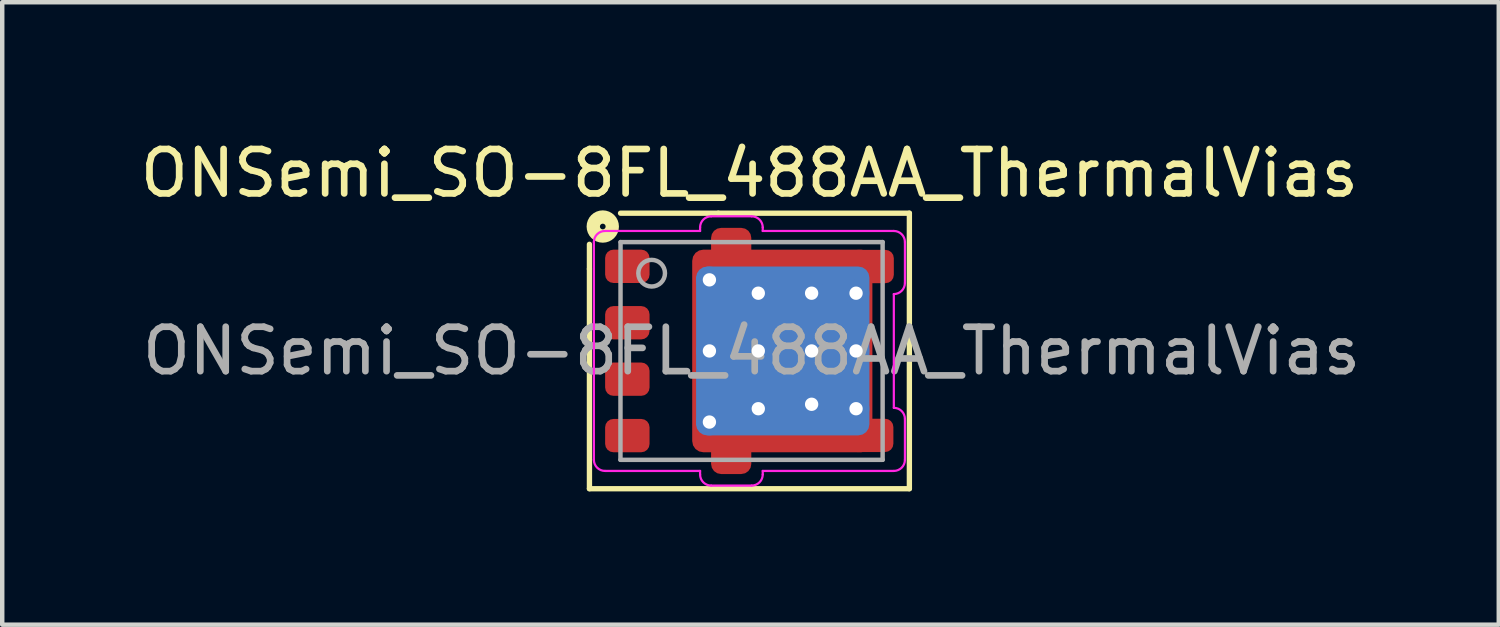
<source format=kicad_pcb>
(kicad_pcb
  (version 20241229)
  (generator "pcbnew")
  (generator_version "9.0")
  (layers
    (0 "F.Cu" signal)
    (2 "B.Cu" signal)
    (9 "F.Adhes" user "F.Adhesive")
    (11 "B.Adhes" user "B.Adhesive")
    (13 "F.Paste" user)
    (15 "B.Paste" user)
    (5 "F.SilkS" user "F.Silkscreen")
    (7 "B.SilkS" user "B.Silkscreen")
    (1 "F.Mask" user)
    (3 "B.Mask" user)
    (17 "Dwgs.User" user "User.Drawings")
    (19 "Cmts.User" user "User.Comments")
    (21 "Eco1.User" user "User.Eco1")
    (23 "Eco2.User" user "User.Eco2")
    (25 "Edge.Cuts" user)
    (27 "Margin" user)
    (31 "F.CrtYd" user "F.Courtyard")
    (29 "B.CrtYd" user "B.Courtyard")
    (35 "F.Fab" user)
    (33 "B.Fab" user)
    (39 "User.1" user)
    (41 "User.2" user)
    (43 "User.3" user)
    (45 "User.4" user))
  (footprint "ONSemi_SO-8FL_488AA_ThermalVias"
    (layer "F.Cu")
    (at 13.815 4.848)
    (property "Reference" "ONSemi_SO-8FL_488AA_ThermalVias" (at 0 -4 0) (layer "F.SilkS") (effects (font (size 1 1) (thickness 0.15))))
    (attr smd)
    (fp_line (start -3.6 -1.845) (end -3.6 -2.4) (stroke (width 0.12) (type solid)) (layer "F.SilkS"))
    (fp_line (start -3.6 -1.845) (end -3.6 3.1) (stroke (width 0.12) (type solid)) (layer "F.SilkS"))
    (fp_line (start -3.6 3.1) (end 3.6 3.1) (stroke (width 0.12) (type solid)) (layer "F.SilkS"))
    (fp_line (start -0.699 -3.1) (end -2.9 -3.1) (stroke (width 0.12) (type solid)) (layer "F.SilkS"))
    (fp_line (start 3.6 -3.1) (end -0.699 -3.1) (stroke (width 0.12) (type solid)) (layer "F.SilkS"))
    (fp_line (start 3.6 3.1) (end 3.6 -3.1) (stroke (width 0.12) (type solid)) (layer "F.SilkS"))
    (fp_circle (center -3.3 -2.8) (end -3.236 -2.8) (stroke (width 0.3) (type solid)) (fill no) (layer "F.SilkS"))
    (fp_line (start -3.5 2.45) (end -3.5 -2.45) (stroke (width 0.05) (type solid)) (layer "F.CrtYd"))
    (fp_line (start -3.25 -2.7) (end -1.11 -2.7) (stroke (width 0.05) (type solid)) (layer "F.CrtYd"))
    (fp_line (start -3.25 2.7) (end -1.11 2.7) (stroke (width 0.05) (type solid)) (layer "F.CrtYd"))
    (fp_line (start -1.11 -2.78) (end -1.11 -2.7) (stroke (width 0.05) (type solid)) (layer "F.CrtYd"))
    (fp_line (start -1.11 2.7) (end -1.11 2.78) (stroke (width 0.05) (type solid)) (layer "F.CrtYd"))
    (fp_line (start -0.86 -3.03) (end 0.05 -3.03) (stroke (width 0.05) (type solid)) (layer "F.CrtYd"))
    (fp_line (start -0.86 3.03) (end 0.05 3.03) (stroke (width 0.05) (type solid)) (layer "F.CrtYd"))
    (fp_line (start 0.3 -2.7) (end 0.3 -2.78) (stroke (width 0.05) (type solid)) (layer "F.CrtYd"))
    (fp_line (start 0.3 -2.7) (end 3.25 -2.7) (stroke (width 0.05) (type solid)) (layer "F.CrtYd"))
    (fp_line (start 0.3 2.7) (end 3.25 2.7) (stroke (width 0.05) (type solid)) (layer "F.CrtYd"))
    (fp_line (start 0.3 2.78) (end 0.3 2.7) (stroke (width 0.05) (type solid)) (layer "F.CrtYd"))
    (fp_line (start 3.25 1.28) (end 3.25 -1.28) (stroke (width 0.05) (type solid)) (layer "F.CrtYd"))
    (fp_line (start 3.5 -1.53) (end 3.5 -2.45) (stroke (width 0.05) (type solid)) (layer "F.CrtYd"))
    (fp_line (start 3.5 2.45) (end 3.5 1.53) (stroke (width 0.05) (type solid)) (layer "F.CrtYd"))
    (fp_arc (start -3.5 -2.45) (mid -3.426777 -2.626777) (end -3.25 -2.7) (stroke (width 0.05) (type solid)) (layer "F.CrtYd"))
    (fp_arc (start -3.25 2.7) (mid -3.426777 2.626777) (end -3.5 2.45) (stroke (width 0.05) (type solid)) (layer "F.CrtYd"))
    (fp_arc (start -1.11 -2.78) (mid -1.036777 -2.956777) (end -0.86 -3.03) (stroke (width 0.05) (type solid)) (layer "F.CrtYd"))
    (fp_arc (start -0.86 3.03) (mid -1.036777 2.956777) (end -1.11 2.78) (stroke (width 0.05) (type solid)) (layer "F.CrtYd"))
    (fp_arc (start 0.05 -3.03) (mid 0.226777 -2.956777) (end 0.3 -2.78) (stroke (width 0.05) (type solid)) (layer "F.CrtYd"))
    (fp_arc (start 0.3 2.78) (mid 0.226777 2.956777) (end 0.05 3.03) (stroke (width 0.05) (type solid)) (layer "F.CrtYd"))
    (fp_arc (start 3.25 -2.7) (mid 3.426777 -2.626777) (end 3.5 -2.45) (stroke (width 0.05) (type solid)) (layer "F.CrtYd"))
    (fp_arc (start 3.25 1.28) (mid 3.426777 1.353223) (end 3.5 1.53) (stroke (width 0.05) (type solid)) (layer "F.CrtYd"))
    (fp_arc (start 3.5 -1.53) (mid 3.426777 -1.353223) (end 3.25 -1.28) (stroke (width 0.05) (type solid)) (layer "F.CrtYd"))
    (fp_arc (start 3.5 2.45) (mid 3.426777 2.626777) (end 3.25 2.7) (stroke (width 0.05) (type solid)) (layer "F.CrtYd"))
    (fp_line (start -2.9 -2.45) (end -2.902 2.45) (stroke (width 0.1) (type solid)) (layer "F.Fab"))
    (fp_line (start 2.998 -2.45) (end -2.9 -2.45) (stroke (width 0.1) (type solid)) (layer "F.Fab"))
    (fp_line (start 2.998 -2.45) (end 2.998 2.45) (stroke (width 0.1) (type solid)) (layer "F.Fab"))
    (fp_line (start 2.998 2.45) (end -2.902 2.45) (stroke (width 0.1) (type solid)) (layer "F.Fab"))
    (fp_circle (center -2.2 -1.75) (end -1.9 -1.75) (stroke (width 0.1) (type solid)) (fill no) (layer "F.Fab"))
    (fp_text user "${REFERENCE}" (at 0.048 0 0) (layer "F.Fab") (effects (font (size 1 1) (thickness 0.15))))
    (pad "" smd roundrect (at -0.5 -0.8 90) (size 1.3 1) (layers "F.Paste") (roundrect_rratio 0.25))
    (pad "" smd roundrect (at -0.5 0.8 90) (size 1.3 1) (layers "F.Paste") (roundrect_rratio 0.25))
    (pad "" smd roundrect (at 0.8 -0.65 90) (size 1 1) (layers "F.Paste") (roundrect_rratio 0.25))
    (pad "" smd roundrect (at 0.8 0.65 90) (size 1 1) (layers "F.Paste") (roundrect_rratio 0.25))
    (pad "" smd roundrect (at 1.15 -1.8 90) (size 0.7 1.6) (layers "F.Paste") (roundrect_rratio 0.25))
    (pad "" smd roundrect (at 1.15 1.8 90) (size 0.7 1.6) (layers "F.Paste") (roundrect_rratio 0.25))
    (pad "" smd roundrect (at 2.1 -0.65 90) (size 1 1) (layers "F.Paste") (roundrect_rratio 0.25))
    (pad "" smd roundrect (at 2.1 0.65 90) (size 1 1) (layers "F.Paste") (roundrect_rratio 0.25))
    (pad "1" smd roundrect (at -2.747 -1.905) (size 1 0.75) (layers "F.Cu" "F.Mask" "F.Paste") (roundrect_rratio 0.25))
    (pad "2" smd roundrect (at -2.747 -0.635) (size 1 0.75) (layers "F.Cu" "F.Mask" "F.Paste") (roundrect_rratio 0.25))
    (pad "3" smd roundrect (at -2.747 0.635) (size 1 0.75) (layers "F.Cu" "F.Mask" "F.Paste") (roundrect_rratio 0.25))
    (pad "4" smd roundrect (at -2.747 1.905) (size 1 0.75) (layers "F.Cu" "F.Mask" "F.Paste") (roundrect_rratio 0.25))
    (pad "5" thru_hole circle (at -0.9 -1.6) (size 0.6 0.6) (drill 0.3) (property pad_prop_heatsink) (layers "*.Cu"))
    (pad "5" thru_hole circle (at -0.9 0) (size 0.6 0.6) (drill 0.3) (property pad_prop_heatsink) (layers "*.Cu"))
    (pad "5" thru_hole circle (at -0.9 1.6) (size 0.6 0.6) (drill 0.3) (property pad_prop_heatsink) (layers "*.Cu"))
    (pad "5" smd roundrect (at -0.41 -2.27) (size 0.905 1) (layers "F.Cu" "F.Mask" "F.Paste") (roundrect_rratio 0.25))
    (pad "5" smd roundrect (at -0.41 2.27) (size 0.905 1) (layers "F.Cu" "F.Mask" "F.Paste") (roundrect_rratio 0.25))
    (pad "5" thru_hole circle (at 0.2 -1.3) (size 0.6 0.6) (drill 0.3) (property pad_prop_heatsink) (layers "*.Cu"))
    (pad "5" thru_hole circle (at 0.2 0) (size 0.6 0.6) (drill 0.3) (property pad_prop_heatsink) (layers "*.Cu"))
    (pad "5" thru_hole circle (at 0.2 1.3) (size 0.6 0.6) (drill 0.3) (property pad_prop_heatsink) (layers "*.Cu"))
    (pad "5" smd roundrect (at 0.74 0) (size 4.055 4.56) (layers "F.Cu" "F.Mask") (roundrect_rratio 0.062))
    (pad "5" smd roundrect (at 0.75 0) (size 3.9 3.8) (layers "B.Cu" "B.Mask") (roundrect_rratio 0.066))
    (pad "5" thru_hole circle (at 1.4 -1.3) (size 0.6 0.6) (drill 0.3) (property pad_prop_heatsink) (layers "*.Cu"))
    (pad "5" thru_hole circle (at 1.4 0) (size 0.6 0.6) (drill 0.3) (property pad_prop_heatsink) (layers "*.Cu"))
    (pad "5" thru_hole circle (at 1.4 1.2) (size 0.6 0.6) (drill 0.3) (property pad_prop_heatsink) (layers "*.Cu"))
    (pad "5" thru_hole circle (at 2.4 -1.3) (size 0.6 0.6) (drill 0.3) (property pad_prop_heatsink) (layers "*.Cu"))
    (pad "5" thru_hole circle (at 2.4 0) (size 0.6 0.6) (drill 0.3) (property pad_prop_heatsink) (layers "*.Cu"))
    (pad "5" thru_hole circle (at 2.4 1.3) (size 0.6 0.6) (drill 0.3) (property pad_prop_heatsink) (layers "*.Cu"))
    (pad "5" smd roundrect (at 2.74 1.9 90) (size 0.75 1) (layers "F.Cu" "F.Mask" "F.Paste") (roundrect_rratio 0.25))
    (pad "5" smd roundrect (at 2.75 -1.9 90) (size 0.75 1) (layers "F.Cu" "F.Mask" "F.Paste") (roundrect_rratio 0.25)))
  (gr_rect
    (start -3 -3)
    (end 30.679 11.008)
    (stroke (width 0.1) (type default))
    (fill no)
    (layer "Edge.Cuts")))
</source>
